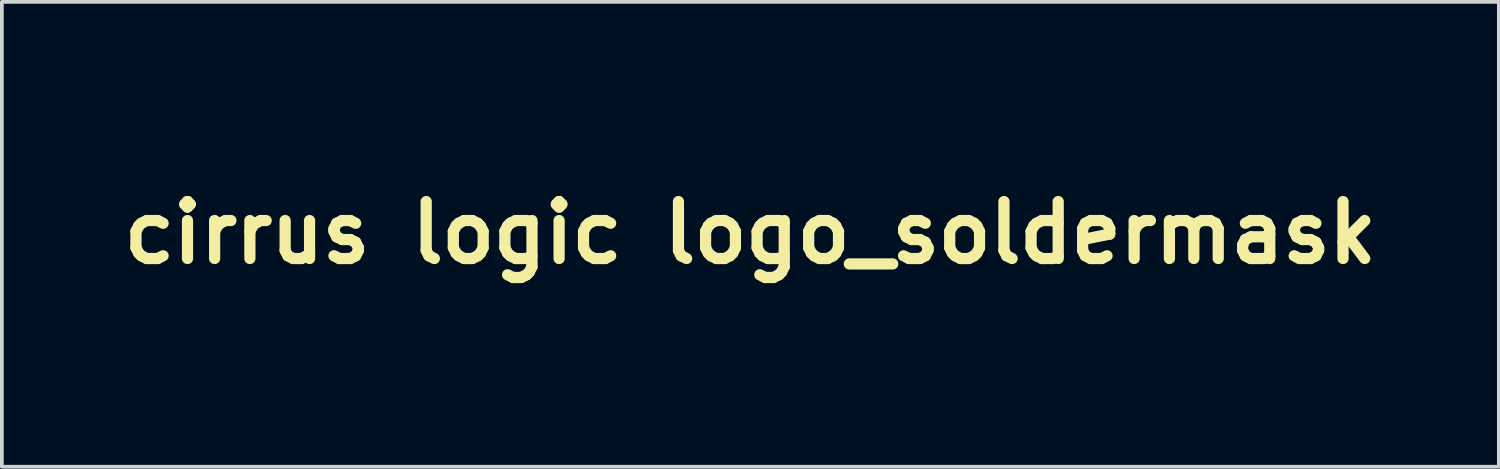
<source format=kicad_pcb>
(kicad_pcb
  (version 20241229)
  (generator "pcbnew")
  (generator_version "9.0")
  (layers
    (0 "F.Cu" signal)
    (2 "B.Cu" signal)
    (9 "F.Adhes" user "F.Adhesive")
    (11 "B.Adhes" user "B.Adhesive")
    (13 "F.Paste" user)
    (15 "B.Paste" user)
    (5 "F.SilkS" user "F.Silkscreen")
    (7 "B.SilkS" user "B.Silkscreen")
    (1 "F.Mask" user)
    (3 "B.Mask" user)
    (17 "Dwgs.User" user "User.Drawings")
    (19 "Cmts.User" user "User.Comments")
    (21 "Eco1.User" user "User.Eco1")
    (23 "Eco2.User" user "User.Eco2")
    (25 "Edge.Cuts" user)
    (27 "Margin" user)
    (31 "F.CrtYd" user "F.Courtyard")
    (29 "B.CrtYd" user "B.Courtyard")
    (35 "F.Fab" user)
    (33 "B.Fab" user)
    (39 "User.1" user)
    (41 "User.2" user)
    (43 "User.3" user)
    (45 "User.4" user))
  (footprint "cirrus logic logo_soldermask"
    (layer "F.Cu")
    (at 17.025 3.177)
    (property "Reference" "cirrus logic logo_soldermask" (at 0 0 0) (layer "F.SilkS") (effects (font (size 1.524 1.524) (thickness 0.3))))
    (attr through_hole)
    (fp_poly (pts (xy 15.311 0.988) (xy 15.305 1.013) (xy 15.282 1.016) (xy 15.247 1.001) (xy 15.254 0.988) (xy 15.304 0.983) (xy 15.311 0.988)) (stroke (width 0.01) (type solid)) (fill yes) (layer "F.Mask"))
    (fp_poly (pts (xy 15.11 1.203) (xy 15.124 1.329) (xy 15.126 1.347) (xy 15.125 1.465) (xy 15.103 1.521) (xy 15.094 1.524) (xy 15.068 1.485) (xy 15.062 1.377) (xy 15.064 1.331) (xy 15.079 1.204) (xy 15.094 1.162) (xy 15.11 1.203)) (stroke (width 0.01) (type solid)) (fill yes) (layer "F.Mask"))
    (fp_poly (pts (xy 15.282 1.172) (xy 15.285 1.175) (xy 15.319 1.233) (xy 15.293 1.276) (xy 15.267 1.351) (xy 15.286 1.403) (xy 15.313 1.47) (xy 15.291 1.471) (xy 15.24 1.418) (xy 15.209 1.349) (xy 15.238 1.293) (xy 15.267 1.216) (xy 15.259 1.177) (xy 15.245 1.143) (xy 15.282 1.172)) (stroke (width 0.01) (type solid)) (fill yes) (layer "F.Mask"))
    (fp_poly (pts (xy -3.602 -0.708) (xy -3.579 -0.612) (xy -3.559 -0.469) (xy -3.55 -0.358) (xy -3.535 -0.106) (xy -9.536 -0.095) (xy -15.536 -0.084) (xy -15.536 -0.296) (xy -12.738 -0.296) (xy -12.694 -0.423) (xy -12.649 -0.55) (xy -9.827 -0.55) (xy -9.814 -0.667) (xy -9.8 -0.783) (xy -6.719 -0.794) (xy -3.639 -0.805) (xy -3.602 -0.708)) (stroke (width 0.01) (type solid)) (fill yes) (layer "F.Mask"))
    (fp_poly (pts (xy -3.535 0.243) (xy -3.556 0.392) (xy -3.577 0.525) (xy -3.583 0.561) (xy -3.605 0.677) (xy -15.494 0.677) (xy -15.494 0.466) (xy -14.097 0.466) (xy -13.717 0.466) (xy -13.412 0.465) (xy -13.176 0.463) (xy -12.998 0.459) (xy -12.872 0.454) (xy -12.787 0.445) (xy -12.736 0.434) (xy -12.71 0.418) (xy -12.701 0.399) (xy -12.7 0.381) (xy -12.698 0.358) (xy -12.685 0.34) (xy -12.654 0.326) (xy -12.596 0.315) (xy -12.503 0.307) (xy -12.365 0.302) (xy -12.176 0.299) (xy -11.925 0.297) (xy -11.606 0.296) (xy -11.277 0.296) (xy -9.853 0.296) (xy -9.904 0.042) (xy -3.508 0.042) (xy -3.535 0.243)) (stroke (width 0.01) (type solid)) (fill yes) (layer "F.Mask"))
    (fp_poly (pts (xy 15.101 0.99) (xy 15.083 1.015) (xy 15.038 1.034) (xy 14.959 1.094) (xy 14.892 1.201) (xy 14.859 1.316) (xy 14.859 1.33) (xy 14.884 1.4) (xy 14.943 1.492) (xy 14.947 1.497) (xy 15.051 1.585) (xy 15.18 1.609) (xy 15.334 1.574) (xy 15.441 1.483) (xy 15.49 1.352) (xy 15.475 1.199) (xy 15.427 1.1) (xy 15.36 0.995) (xy 15.448 1.095) (xy 15.524 1.238) (xy 15.522 1.396) (xy 15.449 1.539) (xy 15.329 1.629) (xy 15.18 1.656) (xy 15.027 1.621) (xy 14.921 1.547) (xy 14.835 1.423) (xy 14.826 1.288) (xy 14.879 1.146) (xy 14.945 1.054) (xy 15.024 0.993) (xy 15.089 0.982) (xy 15.101 0.99)) (stroke (width 0.01) (type solid)) (fill yes) (layer "F.Mask"))
    (fp_poly (pts (xy -1.405 1.06) (xy -1.346 1.071) (xy -1.34 1.101) (xy -1.37 1.154) (xy -1.395 1.227) (xy -1.425 1.368) (xy -1.46 1.562) (xy -1.496 1.792) (xy -1.532 2.043) (xy -1.565 2.297) (xy -1.594 2.541) (xy -1.616 2.756) (xy -1.628 2.928) (xy -1.63 3.041) (xy -1.627 3.067) (xy -1.615 3.125) (xy -1.63 3.157) (xy -1.688 3.171) (xy -1.805 3.175) (xy -1.879 3.175) (xy -2.158 3.175) (xy -2.077 3.016) (xy -2.049 2.93) (xy -2.012 2.776) (xy -1.97 2.57) (xy -1.926 2.33) (xy -1.882 2.07) (xy -1.841 1.808) (xy -1.806 1.56) (xy -1.779 1.341) (xy -1.766 1.196) (xy -1.757 1.116) (xy -1.728 1.075) (xy -1.658 1.06) (xy -1.534 1.058) (xy -1.405 1.06)) (stroke (width 0.01) (type solid)) (fill yes) (layer "F.Mask"))
    (fp_poly (pts (xy 12.649 1.06) (xy 12.709 1.071) (xy 12.714 1.101) (xy 12.685 1.154) (xy 12.661 1.226) (xy 12.632 1.367) (xy 12.601 1.561) (xy 12.568 1.79) (xy 12.537 2.04) (xy 12.508 2.295) (xy 12.484 2.537) (xy 12.467 2.751) (xy 12.458 2.922) (xy 12.459 3.033) (xy 12.461 3.051) (xy 12.486 3.175) (xy 12.209 3.175) (xy 12.071 3.171) (xy 11.977 3.159) (xy 11.947 3.143) (xy 12.005 3.018) (xy 12.052 2.876) (xy 12.094 2.704) (xy 12.132 2.485) (xy 12.172 2.202) (xy 12.188 2.074) (xy 12.218 1.823) (xy 12.246 1.592) (xy 12.268 1.397) (xy 12.283 1.257) (xy 12.288 1.196) (xy 12.298 1.116) (xy 12.326 1.075) (xy 12.396 1.06) (xy 12.521 1.058) (xy 12.649 1.06)) (stroke (width 0.01) (type solid)) (fill yes) (layer "F.Mask"))
    (fp_poly (pts (xy -4.418 -2.233) (xy -4.297 -2.1) (xy -4.179 -1.96) (xy -4.129 -1.894) (xy -4.012 -1.736) (xy -9.52 -1.736) (xy -10.195 -1.736) (xy -10.847 -1.737) (xy -11.47 -1.738) (xy -12.059 -1.74) (xy -12.61 -1.742) (xy -13.117 -1.744) (xy -13.575 -1.747) (xy -13.98 -1.75) (xy -14.326 -1.753) (xy -14.609 -1.757) (xy -14.823 -1.76) (xy -14.963 -1.764) (xy -15.026 -1.768) (xy -15.028 -1.77) (xy -15.023 -1.805) (xy -15.001 -1.834) (xy -14.955 -1.857) (xy -14.876 -1.874) (xy -14.757 -1.887) (xy -14.589 -1.895) (xy -14.364 -1.901) (xy -14.075 -1.904) (xy -13.713 -1.905) (xy -13.514 -1.905) (xy -12.102 -1.905) (xy -11.995 -2.032) (xy -11.888 -2.159) (xy -9.075 -2.159) (xy -8.954 -2.286) (xy -8.832 -2.413) (xy -4.59 -2.413) (xy -4.418 -2.233)) (stroke (width 0.01) (type solid)) (fill yes) (layer "F.Mask"))
    (fp_poly (pts (xy -6.575 2.456) (xy -6.228 2.459) (xy -5.927 2.463) (xy -5.681 2.469) (xy -5.496 2.476) (xy -5.38 2.484) (xy -5.341 2.493) (xy -5.341 2.493) (xy -5.375 2.538) (xy -5.454 2.629) (xy -5.566 2.752) (xy -5.662 2.853) (xy -5.969 3.175) (xy -12.764 3.17) (xy -13.092 3.073) (xy -13.249 3.025) (xy -13.373 2.982) (xy -13.442 2.953) (xy -13.449 2.948) (xy -13.415 2.942) (xy -13.306 2.935) (xy -13.132 2.93) (xy -12.903 2.925) (xy -12.628 2.922) (xy -12.317 2.92) (xy -12.125 2.919) (xy -10.774 2.917) (xy -10.964 2.815) (xy -11.155 2.713) (xy -8.361 2.707) (xy -8.477 2.62) (xy -8.556 2.551) (xy -8.593 2.498) (xy -8.594 2.494) (xy -8.552 2.485) (xy -8.434 2.476) (xy -8.244 2.469) (xy -7.991 2.463) (xy -7.681 2.459) (xy -7.321 2.456) (xy -6.96 2.455) (xy -6.575 2.456)) (stroke (width 0.01) (type solid)) (fill yes) (layer "F.Mask"))
    (fp_poly (pts (xy -4.812 2.009) (xy -5.144 2.325) (xy -14.52 2.328) (xy -14.711 2.138) (xy -13.324 2.127) (xy -12.925 2.123) (xy -12.604 2.118) (xy -12.354 2.111) (xy -12.17 2.101) (xy -12.045 2.089) (xy -11.971 2.073) (xy -11.943 2.054) (xy -11.955 2.03) (xy -11.98 2.011) (xy -12.015 1.983) (xy -12.015 1.96) (xy -11.973 1.942) (xy -11.883 1.928) (xy -11.739 1.918) (xy -11.533 1.911) (xy -11.259 1.907) (xy -10.911 1.905) (xy -10.67 1.905) (xy -10.266 1.904) (xy -9.94 1.901) (xy -9.687 1.895) (xy -9.5 1.886) (xy -9.374 1.873) (xy -9.303 1.857) (xy -9.279 1.836) (xy -9.298 1.809) (xy -9.313 1.8) (xy -9.354 1.746) (xy -9.356 1.733) (xy -9.314 1.725) (xy -9.192 1.717) (xy -8.994 1.71) (xy -8.724 1.705) (xy -8.387 1.7) (xy -7.986 1.696) (xy -7.527 1.694) (xy -7.013 1.693) (xy -6.918 1.693) (xy -4.481 1.693) (xy -4.812 2.009)) (stroke (width 0.01) (type solid)) (fill yes) (layer "F.Mask"))
    (fp_poly (pts (xy 6.778 1.06) (xy 6.84 1.073) (xy 6.848 1.111) (xy 6.818 1.185) (xy 6.814 1.194) (xy 6.789 1.278) (xy 6.762 1.423) (xy 6.732 1.614) (xy 6.702 1.834) (xy 6.673 2.069) (xy 6.648 2.304) (xy 6.628 2.521) (xy 6.615 2.707) (xy 6.61 2.846) (xy 6.616 2.922) (xy 6.621 2.931) (xy 6.704 2.954) (xy 6.843 2.961) (xy 7.007 2.953) (xy 7.169 2.932) (xy 7.301 2.9) (xy 7.407 2.866) (xy 7.473 2.852) (xy 7.481 2.853) (xy 7.475 2.896) (xy 7.443 2.988) (xy 7.429 3.02) (xy 7.365 3.175) (xy 6.73 3.175) (xy 6.51 3.174) (xy 6.322 3.17) (xy 6.183 3.164) (xy 6.106 3.156) (xy 6.096 3.152) (xy 6.116 3.104) (xy 6.156 3.036) (xy 6.192 2.947) (xy 6.232 2.791) (xy 6.275 2.584) (xy 6.317 2.342) (xy 6.357 2.084) (xy 6.391 1.824) (xy 6.417 1.581) (xy 6.432 1.371) (xy 6.435 1.262) (xy 6.435 1.058) (xy 6.646 1.058) (xy 6.778 1.06)) (stroke (width 0.01) (type solid)) (fill yes) (layer "F.Mask"))
    (fp_poly (pts (xy 14.358 1.044) (xy 14.488 1.067) (xy 14.557 1.096) (xy 14.586 1.148) (xy 14.597 1.238) (xy 14.602 1.346) (xy 14.581 1.388) (xy 14.517 1.373) (xy 14.423 1.327) (xy 14.262 1.277) (xy 14.058 1.26) (xy 13.849 1.277) (xy 13.669 1.327) (xy 13.668 1.327) (xy 13.434 1.469) (xy 13.234 1.668) (xy 13.087 1.902) (xy 13.019 2.103) (xy 13.016 2.288) (xy 13.067 2.491) (xy 13.163 2.671) (xy 13.188 2.703) (xy 13.347 2.832) (xy 13.561 2.921) (xy 13.809 2.966) (xy 14.07 2.964) (xy 14.322 2.912) (xy 14.347 2.903) (xy 14.46 2.866) (xy 14.534 2.849) (xy 14.548 2.85) (xy 14.535 2.89) (xy 14.483 2.974) (xy 14.44 3.035) (xy 14.337 3.153) (xy 14.229 3.214) (xy 14.154 3.232) (xy 13.883 3.255) (xy 13.617 3.228) (xy 13.462 3.192) (xy 13.17 3.08) (xy 12.945 2.919) (xy 12.822 2.765) (xy 12.744 2.572) (xy 12.714 2.337) (xy 12.731 2.086) (xy 12.794 1.847) (xy 12.837 1.751) (xy 13.009 1.508) (xy 13.243 1.307) (xy 13.522 1.155) (xy 13.83 1.059) (xy 14.151 1.027) (xy 14.358 1.044)) (stroke (width 0.01) (type solid)) (fill yes) (layer "F.Mask"))
    (fp_poly (pts (xy -2.462 1.022) (xy -2.355 1.034) (xy -2.236 1.057) (xy -2.178 1.089) (xy -2.16 1.147) (xy -2.159 1.185) (xy -2.176 1.296) (xy -2.232 1.336) (xy -2.336 1.308) (xy -2.367 1.293) (xy -2.528 1.244) (xy -2.732 1.227) (xy -2.944 1.244) (xy -3.129 1.292) (xy -3.173 1.311) (xy -3.385 1.463) (xy -3.544 1.667) (xy -3.645 1.905) (xy -3.68 2.159) (xy -3.643 2.413) (xy -3.603 2.519) (xy -3.501 2.694) (xy -3.368 2.815) (xy -3.207 2.898) (xy -3.022 2.951) (xy -2.825 2.955) (xy -2.591 2.909) (xy -2.501 2.883) (xy -2.369 2.845) (xy -2.276 2.823) (xy -2.244 2.821) (xy -2.261 2.867) (xy -2.305 2.96) (xy -2.329 3.007) (xy -2.39 3.113) (xy -2.453 3.161) (xy -2.551 3.175) (xy -2.594 3.176) (xy -2.728 3.18) (xy -2.839 3.189) (xy -2.857 3.192) (xy -2.947 3.196) (xy -3.082 3.186) (xy -3.167 3.175) (xy -3.467 3.096) (xy -3.71 2.96) (xy -3.892 2.768) (xy -3.913 2.735) (xy -4.022 2.483) (xy -4.057 2.214) (xy -4.022 1.943) (xy -3.922 1.683) (xy -3.762 1.447) (xy -3.545 1.25) (xy -3.364 1.142) (xy -3.187 1.082) (xy -2.957 1.04) (xy -2.705 1.019) (xy -2.462 1.022)) (stroke (width 0.01) (type solid)) (fill yes) (layer "F.Mask"))
    (fp_poly (pts (xy 9.1 1.047) (xy 9.252 1.097) (xy 9.435 1.19) (xy 9.561 1.288) (xy 9.658 1.417) (xy 9.702 1.498) (xy 9.797 1.768) (xy 9.815 2.045) (xy 9.765 2.318) (xy 9.653 2.576) (xy 9.487 2.807) (xy 9.274 3) (xy 9.02 3.145) (xy 8.733 3.23) (xy 8.594 3.245) (xy 8.376 3.243) (xy 8.197 3.214) (xy 8.16 3.202) (xy 7.941 3.1) (xy 7.776 2.97) (xy 7.69 2.869) (xy 7.564 2.635) (xy 7.508 2.37) (xy 7.517 2.203) (xy 7.875 2.203) (xy 7.908 2.472) (xy 8.002 2.692) (xy 8.146 2.859) (xy 8.328 2.966) (xy 8.538 3.008) (xy 8.764 2.98) (xy 8.995 2.876) (xy 9.097 2.803) (xy 9.294 2.595) (xy 9.416 2.349) (xy 9.46 2.07) (xy 9.46 2.053) (xy 9.427 1.789) (xy 9.334 1.564) (xy 9.188 1.389) (xy 9 1.274) (xy 8.777 1.228) (xy 8.755 1.228) (xy 8.501 1.267) (xy 8.278 1.378) (xy 8.095 1.55) (xy 7.962 1.773) (xy 7.887 2.037) (xy 7.875 2.203) (xy 7.517 2.203) (xy 7.523 2.089) (xy 7.606 1.805) (xy 7.756 1.531) (xy 7.833 1.43) (xy 8.025 1.258) (xy 8.27 1.129) (xy 8.546 1.047) (xy 8.83 1.018) (xy 9.1 1.047)) (stroke (width 0.01) (type solid)) (fill yes) (layer "F.Mask"))
    (fp_poly (pts (xy -3.986 1.183) (xy -4.297 1.519) (xy -9.725 1.522) (xy -10.513 1.522) (xy -11.222 1.522) (xy -11.855 1.522) (xy -12.416 1.522) (xy -12.909 1.521) (xy -13.34 1.52) (xy -13.712 1.519) (xy -14.03 1.517) (xy -14.298 1.515) (xy -14.521 1.512) (xy -14.703 1.508) (xy -14.847 1.503) (xy -14.959 1.498) (xy -15.044 1.492) (xy -15.104 1.484) (xy -15.145 1.476) (xy -15.171 1.467) (xy -15.186 1.457) (xy -15.195 1.445) (xy -15.196 1.442) (xy -15.232 1.356) (xy -15.24 1.315) (xy -15.204 1.301) (xy -15.096 1.29) (xy -14.912 1.281) (xy -14.651 1.275) (xy -14.31 1.271) (xy -13.887 1.27) (xy -13.847 1.27) (xy -13.467 1.27) (xy -13.164 1.269) (xy -12.928 1.267) (xy -12.752 1.264) (xy -12.628 1.258) (xy -12.546 1.25) (xy -12.498 1.238) (xy -12.476 1.223) (xy -12.472 1.204) (xy -12.476 1.185) (xy -12.48 1.162) (xy -12.473 1.144) (xy -12.446 1.129) (xy -12.391 1.118) (xy -12.3 1.111) (xy -12.164 1.106) (xy -11.975 1.103) (xy -11.724 1.101) (xy -11.403 1.101) (xy -11.124 1.101) (xy -10.792 1.1) (xy -10.486 1.098) (xy -10.219 1.094) (xy -9.999 1.09) (xy -9.838 1.085) (xy -9.744 1.079) (xy -9.725 1.075) (xy -9.719 1.021) (xy -9.738 0.948) (xy -9.777 0.847) (xy -3.675 0.847) (xy -3.986 1.183)) (stroke (width 0.01) (type solid)) (fill yes) (layer "F.Mask"))
    (fp_poly (pts (xy 5.182 1.034) (xy 5.284 1.062) (xy 5.327 1.111) (xy 5.334 1.18) (xy 5.322 1.292) (xy 5.277 1.329) (xy 5.186 1.302) (xy 5.161 1.289) (xy 4.983 1.234) (xy 4.793 1.233) (xy 4.616 1.282) (xy 4.474 1.375) (xy 4.406 1.471) (xy 4.389 1.598) (xy 4.455 1.722) (xy 4.601 1.84) (xy 4.826 1.949) (xy 4.834 1.952) (xy 5.063 2.058) (xy 5.216 2.168) (xy 5.303 2.294) (xy 5.334 2.445) (xy 5.334 2.462) (xy 5.293 2.677) (xy 5.174 2.872) (xy 4.982 3.04) (xy 4.926 3.075) (xy 4.793 3.141) (xy 4.656 3.18) (xy 4.479 3.2) (xy 4.408 3.203) (xy 4.239 3.205) (xy 4.094 3.197) (xy 4.001 3.18) (xy 3.995 3.178) (xy 3.915 3.099) (xy 3.876 2.984) (xy 3.86 2.861) (xy 3.878 2.81) (xy 3.942 2.819) (xy 4.009 2.851) (xy 4.236 2.934) (xy 4.464 2.956) (xy 4.672 2.917) (xy 4.839 2.819) (xy 4.842 2.816) (xy 4.937 2.69) (xy 4.948 2.562) (xy 4.876 2.433) (xy 4.72 2.302) (xy 4.48 2.169) (xy 4.467 2.162) (xy 4.254 2.04) (xy 4.096 1.904) (xy 4.001 1.764) (xy 3.979 1.665) (xy 4.019 1.476) (xy 4.13 1.301) (xy 4.297 1.162) (xy 4.304 1.158) (xy 4.496 1.079) (xy 4.735 1.029) (xy 4.986 1.015) (xy 5.182 1.034)) (stroke (width 0.01) (type solid)) (fill yes) (layer "F.Mask"))
    (fp_poly (pts (xy -3.896 -1.492) (xy -3.847 -1.387) (xy -3.782 -1.244) (xy -3.742 -1.154) (xy -3.642 -0.931) (xy -9.526 -0.931) (xy -10.371 -0.931) (xy -11.136 -0.932) (xy -11.823 -0.933) (xy -12.437 -0.934) (xy -12.981 -0.935) (xy -13.459 -0.937) (xy -13.874 -0.939) (xy -14.23 -0.942) (xy -14.532 -0.945) (xy -14.782 -0.949) (xy -14.984 -0.953) (xy -15.142 -0.958) (xy -15.26 -0.964) (xy -15.341 -0.97) (xy -15.39 -0.977) (xy -15.409 -0.985) (xy -15.409 -0.986) (xy -15.405 -1.028) (xy -15.388 -1.061) (xy -15.35 -1.087) (xy -15.282 -1.107) (xy -15.176 -1.122) (xy -15.025 -1.132) (xy -14.819 -1.138) (xy -14.551 -1.141) (xy -14.213 -1.143) (xy -13.903 -1.143) (xy -13.521 -1.143) (xy -13.216 -1.144) (xy -12.977 -1.146) (xy -12.798 -1.15) (xy -12.669 -1.155) (xy -12.581 -1.164) (xy -12.526 -1.176) (xy -12.496 -1.191) (xy -12.482 -1.211) (xy -12.476 -1.228) (xy -12.467 -1.251) (xy -12.449 -1.269) (xy -12.413 -1.284) (xy -12.349 -1.294) (xy -12.25 -1.302) (xy -12.107 -1.307) (xy -11.911 -1.31) (xy -11.653 -1.312) (xy -11.325 -1.313) (xy -11.064 -1.313) (xy -10.728 -1.314) (xy -10.419 -1.317) (xy -10.146 -1.321) (xy -9.921 -1.326) (xy -9.754 -1.333) (xy -9.654 -1.34) (xy -9.631 -1.345) (xy -9.582 -1.402) (xy -9.528 -1.492) (xy -9.468 -1.609) (xy -3.951 -1.609) (xy -3.896 -1.492)) (stroke (width 0.01) (type solid)) (fill yes) (layer "F.Mask"))
    (fp_poly (pts (xy 11.504 1.038) (xy 11.677 1.066) (xy 11.781 1.09) (xy 11.832 1.118) (xy 11.844 1.16) (xy 11.833 1.225) (xy 11.83 1.24) (xy 11.807 1.337) (xy 11.79 1.388) (xy 11.789 1.39) (xy 11.747 1.381) (xy 11.66 1.343) (xy 11.635 1.33) (xy 11.411 1.257) (xy 11.176 1.256) (xy 10.942 1.317) (xy 10.722 1.43) (xy 10.529 1.586) (xy 10.373 1.776) (xy 10.268 1.99) (xy 10.227 2.218) (xy 10.244 2.389) (xy 10.334 2.608) (xy 10.489 2.781) (xy 10.701 2.904) (xy 10.961 2.972) (xy 11.261 2.98) (xy 11.323 2.974) (xy 11.505 2.953) (xy 11.553 2.575) (xy 11.572 2.403) (xy 11.582 2.262) (xy 11.581 2.174) (xy 11.577 2.157) (xy 11.598 2.132) (xy 11.683 2.118) (xy 11.724 2.117) (xy 11.845 2.129) (xy 11.894 2.164) (xy 11.894 2.17) (xy 11.885 2.307) (xy 11.863 2.479) (xy 11.835 2.665) (xy 11.802 2.844) (xy 11.768 2.996) (xy 11.739 3.101) (xy 11.719 3.137) (xy 11.62 3.177) (xy 11.468 3.213) (xy 11.293 3.242) (xy 11.129 3.256) (xy 11.079 3.257) (xy 10.932 3.244) (xy 10.756 3.213) (xy 10.668 3.192) (xy 10.383 3.08) (xy 10.162 2.917) (xy 10.009 2.709) (xy 9.928 2.463) (xy 9.922 2.186) (xy 9.964 1.982) (xy 10.092 1.688) (xy 10.288 1.442) (xy 10.546 1.252) (xy 10.568 1.239) (xy 10.801 1.139) (xy 11.055 1.068) (xy 11.3 1.032) (xy 11.504 1.038)) (stroke (width 0.01) (type solid)) (fill yes) (layer "F.Mask"))
    (fp_poly (pts (xy -6.415 -3.17) (xy -6.252 -3.158) (xy -6.103 -3.136) (xy -5.944 -3.1) (xy -5.926 -3.095) (xy -5.686 -3.022) (xy -5.431 -2.924) (xy -5.187 -2.813) (xy -4.979 -2.7) (xy -4.868 -2.625) (xy -4.853 -2.612) (xy -4.845 -2.6) (xy -4.848 -2.59) (xy -4.866 -2.581) (xy -4.906 -2.574) (xy -4.97 -2.567) (xy -5.064 -2.561) (xy -5.191 -2.557) (xy -5.357 -2.553) (xy -5.566 -2.55) (xy -5.823 -2.547) (xy -6.132 -2.545) (xy -6.496 -2.544) (xy -6.922 -2.543) (xy -7.414 -2.542) (xy -7.975 -2.541) (xy -8.611 -2.541) (xy -9.326 -2.541) (xy -9.521 -2.541) (xy -10.257 -2.541) (xy -10.912 -2.541) (xy -11.493 -2.541) (xy -12.002 -2.541) (xy -12.444 -2.542) (xy -12.825 -2.543) (xy -13.148 -2.545) (xy -13.418 -2.547) (xy -13.64 -2.55) (xy -13.818 -2.554) (xy -13.956 -2.558) (xy -14.06 -2.564) (xy -14.134 -2.57) (xy -14.182 -2.578) (xy -14.208 -2.586) (xy -14.219 -2.596) (xy -14.217 -2.607) (xy -14.207 -2.62) (xy -14.203 -2.625) (xy -14.179 -2.647) (xy -14.148 -2.666) (xy -14.1 -2.68) (xy -14.026 -2.691) (xy -13.919 -2.699) (xy -13.768 -2.704) (xy -13.565 -2.707) (xy -13.302 -2.709) (xy -12.97 -2.709) (xy -12.683 -2.71) (xy -11.239 -2.71) (xy -10.901 -2.918) (xy -9.477 -2.92) (xy -8.053 -2.921) (xy -7.763 -3.034) (xy -7.632 -3.081) (xy -7.508 -3.114) (xy -7.371 -3.137) (xy -7.2 -3.152) (xy -6.972 -3.162) (xy -6.875 -3.166) (xy -6.614 -3.172) (xy -6.415 -3.17)) (stroke (width 0.01) (type solid)) (fill yes) (layer "F.Mask"))
    (fp_poly (pts (xy 2.477 1.217) (xy 2.452 1.316) (xy 2.422 1.479) (xy 2.389 1.687) (xy 2.357 1.918) (xy 2.346 1.998) (xy 2.317 2.249) (xy 2.299 2.43) (xy 2.294 2.556) (xy 2.299 2.643) (xy 2.315 2.704) (xy 2.326 2.727) (xy 2.435 2.848) (xy 2.592 2.927) (xy 2.774 2.961) (xy 2.957 2.949) (xy 3.12 2.889) (xy 3.237 2.781) (xy 3.237 2.781) (xy 3.266 2.705) (xy 3.301 2.562) (xy 3.34 2.37) (xy 3.38 2.147) (xy 3.418 1.91) (xy 3.452 1.678) (xy 3.478 1.467) (xy 3.494 1.295) (xy 3.497 1.181) (xy 3.494 1.154) (xy 3.486 1.099) (xy 3.51 1.071) (xy 3.585 1.06) (xy 3.703 1.058) (xy 3.844 1.06) (xy 3.914 1.073) (xy 3.929 1.104) (xy 3.903 1.163) (xy 3.897 1.175) (xy 3.877 1.242) (xy 3.849 1.375) (xy 3.817 1.559) (xy 3.783 1.777) (xy 3.768 1.884) (xy 3.728 2.171) (xy 3.696 2.387) (xy 3.67 2.545) (xy 3.646 2.657) (xy 3.621 2.735) (xy 3.593 2.793) (xy 3.558 2.843) (xy 3.522 2.886) (xy 3.35 3.03) (xy 3.123 3.133) (xy 2.862 3.188) (xy 2.589 3.189) (xy 2.517 3.179) (xy 2.285 3.107) (xy 2.084 2.981) (xy 1.974 2.867) (xy 1.887 2.75) (xy 1.986 1.951) (xy 2.015 1.698) (xy 2.038 1.474) (xy 2.054 1.291) (xy 2.06 1.164) (xy 2.056 1.106) (xy 2.056 1.105) (xy 2.071 1.077) (xy 2.162 1.062) (xy 2.279 1.058) (xy 2.53 1.058) (xy 2.477 1.217)) (stroke (width 0.01) (type solid)) (fill yes) (layer "F.Mask"))
    (fp_poly (pts (xy -0.282 1.065) (xy -0.08 1.089) (xy 0.064 1.133) (xy 0.162 1.205) (xy 0.228 1.308) (xy 0.252 1.371) (xy 0.272 1.55) (xy 0.208 1.717) (xy 0.063 1.869) (xy -0.059 1.95) (xy -0.183 2.019) (xy -0.278 2.07) (xy -0.317 2.088) (xy -0.321 2.128) (xy -0.283 2.217) (xy -0.214 2.337) (xy -0.124 2.473) (xy -0.026 2.605) (xy 0.072 2.717) (xy 0.091 2.737) (xy 0.145 2.792) (xy 0.186 2.833) (xy 0.218 2.85) (xy 0.244 2.837) (xy 0.268 2.784) (xy 0.293 2.683) (xy 0.323 2.526) (xy 0.36 2.304) (xy 0.41 2.01) (xy 0.423 1.931) (xy 0.469 1.646) (xy 0.5 1.435) (xy 0.517 1.285) (xy 0.52 1.187) (xy 0.51 1.129) (xy 0.5 1.112) (xy 0.489 1.088) (xy 0.513 1.071) (xy 0.582 1.063) (xy 0.709 1.06) (xy 0.903 1.063) (xy 1.007 1.065) (xy 1.235 1.072) (xy 1.395 1.08) (xy 1.502 1.093) (xy 1.574 1.114) (xy 1.626 1.145) (xy 1.673 1.188) (xy 1.781 1.344) (xy 1.808 1.51) (xy 1.758 1.677) (xy 1.633 1.838) (xy 1.435 1.984) (xy 1.419 1.993) (xy 1.185 2.125) (xy 1.259 2.251) (xy 1.294 2.307) (xy 1.339 2.372) (xy 1.404 2.456) (xy 1.496 2.571) (xy 1.623 2.727) (xy 1.795 2.933) (xy 1.864 3.016) (xy 1.997 3.175) (xy 1.784 3.175) (xy 1.671 3.171) (xy 1.59 3.151) (xy 1.516 3.101) (xy 1.425 3.005) (xy 1.37 2.942) (xy 1.278 2.827) (xy 1.171 2.679) (xy 1.06 2.516) (xy 0.957 2.356) (xy 0.872 2.216) (xy 0.818 2.113) (xy 0.804 2.07) (xy 0.841 2.045) (xy 0.933 2.018) (xy 0.96 2.012) (xy 1.127 1.948) (xy 1.269 1.832) (xy 1.365 1.688) (xy 1.397 1.551) (xy 1.363 1.391) (xy 1.265 1.283) (xy 1.105 1.232) (xy 1.029 1.228) (xy 0.918 1.23) (xy 0.854 1.235) (xy 0.847 1.238) (xy 0.841 1.281) (xy 0.825 1.396) (xy 0.801 1.57) (xy 0.77 1.79) (xy 0.734 2.044) (xy 0.721 2.133) (xy 0.676 2.47) (xy 0.645 2.729) (xy 0.629 2.916) (xy 0.627 3.037) (xy 0.638 3.096) (xy 0.653 3.136) (xy 0.637 3.159) (xy 0.573 3.171) (xy 0.448 3.175) (xy 0.349 3.175) (xy 0.018 3.175) (xy -0.131 2.995) (xy -0.261 2.829) (xy -0.402 2.632) (xy -0.538 2.43) (xy -0.649 2.251) (xy -0.693 2.17) (xy -0.737 2.079) (xy -0.738 2.041) (xy -0.693 2.032) (xy -0.677 2.032) (xy -0.556 2.005) (xy -0.411 1.939) (xy -0.276 1.851) (xy -0.193 1.769) (xy -0.131 1.619) (xy -0.142 1.472) (xy -0.216 1.346) (xy -0.343 1.259) (xy -0.505 1.228) (xy -0.619 1.236) (xy -0.676 1.269) (xy -0.697 1.323) (xy -0.723 1.461) (xy -0.753 1.65) (xy -0.785 1.874) (xy -0.817 2.116) (xy -0.847 2.362) (xy -0.873 2.594) (xy -0.894 2.796) (xy -0.906 2.953) (xy -0.909 3.049) (xy -0.907 3.066) (xy -0.896 3.126) (xy -0.911 3.158) (xy -0.972 3.172) (xy -1.095 3.175) (xy -1.138 3.175) (xy -1.274 3.172) (xy -1.367 3.163) (xy -1.397 3.152) (xy -1.377 3.104) (xy -1.337 3.036) (xy -1.312 2.966) (xy -1.279 2.828) (xy -1.24 2.638) (xy -1.198 2.411) (xy -1.155 2.164) (xy -1.115 1.912) (xy -1.079 1.672) (xy -1.051 1.46) (xy -1.033 1.29) (xy -1.027 1.179) (xy -1.028 1.154) (xy -1.033 1.113) (xy -1.021 1.086) (xy -0.976 1.07) (xy -0.887 1.062) (xy -0.738 1.059) (xy -0.555 1.058) (xy -0.282 1.065)) (stroke (width 0.01) (type solid)) (fill yes) (layer "F.Mask")))
  (gr_rect
    (start -3 -3)
    (end 37.051 9.438)
    (stroke (width 0.1) (type default))
    (fill no)
    (layer "Edge.Cuts")))
</source>
